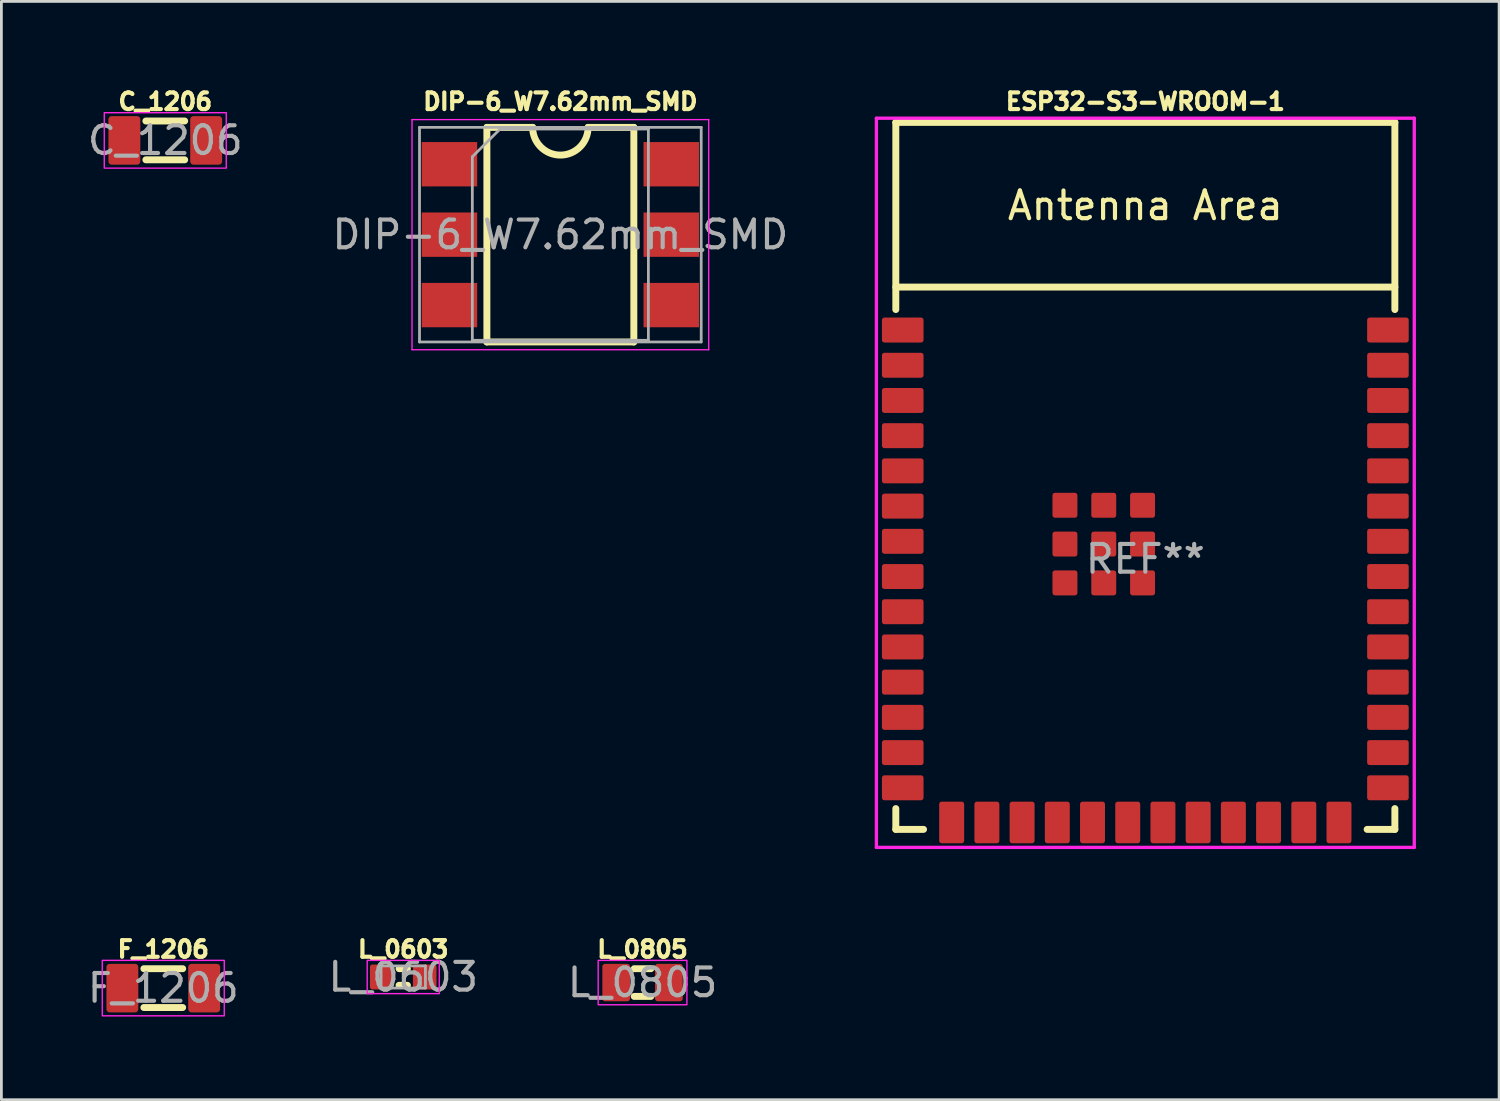
<source format=kicad_pcb>
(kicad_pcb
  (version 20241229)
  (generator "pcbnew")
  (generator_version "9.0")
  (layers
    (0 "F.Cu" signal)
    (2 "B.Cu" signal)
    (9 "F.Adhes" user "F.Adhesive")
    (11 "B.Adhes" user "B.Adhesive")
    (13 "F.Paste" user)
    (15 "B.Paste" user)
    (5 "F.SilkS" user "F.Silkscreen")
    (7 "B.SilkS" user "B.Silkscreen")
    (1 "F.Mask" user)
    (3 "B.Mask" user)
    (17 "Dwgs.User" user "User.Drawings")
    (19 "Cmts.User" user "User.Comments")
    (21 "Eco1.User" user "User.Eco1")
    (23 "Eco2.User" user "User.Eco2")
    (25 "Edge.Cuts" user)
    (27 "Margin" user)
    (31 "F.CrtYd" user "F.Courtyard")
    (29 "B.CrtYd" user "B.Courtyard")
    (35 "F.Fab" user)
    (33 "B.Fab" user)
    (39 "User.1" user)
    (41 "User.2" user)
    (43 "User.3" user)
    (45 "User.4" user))
  (footprint "L_0603"
    (layer "F.Cu")
    (at 11.494 32.188)
    (property "Reference" "L_0603" (at 0 -1 0) (unlocked yes) (layer "F.SilkS") (effects (font (size 0.6 0.6) (thickness 0.15) (bold yes))))
    (attr smd)
    (fp_line (start -0.15 -0.3) (end 0.15 -0.3) (stroke (width 0.25) (type default)) (layer "F.SilkS"))
    (fp_line (start -0.15 0.3) (end 0.15 0.3) (stroke (width 0.25) (type default)) (layer "F.SilkS"))
    (fp_rect (start -1.3 -0.6) (end 1.3 0.6) (stroke (width 0.05) (type default)) (fill no) (layer "F.CrtYd"))
    (fp_line (start -0.8 -0.4) (end 0.8 -0.4) (stroke (width 0.1) (type solid)) (layer "F.Fab"))
    (fp_line (start -0.8 0.4) (end -0.8 -0.4) (stroke (width 0.1) (type solid)) (layer "F.Fab"))
    (fp_line (start 0.8 -0.4) (end 0.8 0.4) (stroke (width 0.1) (type solid)) (layer "F.Fab"))
    (fp_line (start 0.8 0.4) (end -0.8 0.4) (stroke (width 0.1) (type solid)) (layer "F.Fab"))
    (fp_text user "${REFERENCE}" (at 0 0 0) (unlocked yes) (layer "F.Fab") (effects (font (size 1 1) (thickness 0.15))))
    (pad "1" smd roundrect (at -0.775 0) (size 0.85 0.9) (layers "F.Cu" "F.Mask" "F.Paste") (roundrect_rratio 0.1))
    (pad "2" smd roundrect (at 0.775 0) (size 0.85 0.9) (layers "F.Cu" "F.Mask" "F.Paste") (roundrect_rratio 0.1)))
  (footprint "C_1206"
    (layer "F.Cu")
    (at 2.911 2.014)
    (property "Reference" "C_1206" (at 0 -1.4 0) (unlocked yes) (layer "F.SilkS") (effects (font (size 0.6 0.6) (thickness 0.15) (bold yes))))
    (attr smd)
    (fp_line (start -0.7 -0.7) (end 0.7 -0.7) (stroke (width 0.25) (type default)) (layer "F.SilkS"))
    (fp_line (start -0.7 0.7) (end 0.7 0.7) (stroke (width 0.25) (type default)) (layer "F.SilkS"))
    (fp_rect (start -2.2 -1) (end 2.2 1) (stroke (width 0.05) (type default)) (fill no) (layer "F.CrtYd"))
    (fp_text user "${REFERENCE}" (at 0 0 0) (unlocked yes) (layer "F.Fab") (effects (font (size 1 1) (thickness 0.15))))
    (pad "1" smd roundrect (at -1.475 0) (size 1.15 1.75) (layers "F.Cu" "F.Mask" "F.Paste") (roundrect_rratio 0.1))
    (pad "2" smd roundrect (at 1.475 0) (size 1.15 1.75) (layers "F.Cu" "F.Mask" "F.Paste") (roundrect_rratio 0.1)))
  (footprint "DIP-6_W7.62mm_SMD"
    (layer "F.Cu")
    (at 17.161 5.414)
    (property "Reference" "DIP-6_W7.62mm_SMD" (at 0 -4.8 0) (unlocked yes) (layer "F.SilkS") (effects (font (size 0.6 0.6) (thickness 0.15) (bold yes))))
    (attr smd)
    (fp_line (start -2.65 -3.87) (end -2.65 3.87) (stroke (width 0.25) (type solid)) (layer "F.SilkS"))
    (fp_line (start -2.65 3.87) (end 2.65 3.87) (stroke (width 0.25) (type solid)) (layer "F.SilkS"))
    (fp_line (start -1 -3.87) (end -2.65 -3.87) (stroke (width 0.25) (type solid)) (layer "F.SilkS"))
    (fp_line (start 2.65 -3.87) (end 1 -3.87) (stroke (width 0.25) (type solid)) (layer "F.SilkS"))
    (fp_line (start 2.65 3.87) (end 2.65 -3.87) (stroke (width 0.25) (type solid)) (layer "F.SilkS"))
    (fp_arc (start 1 -3.87) (mid 0 -2.87) (end -1 -3.87) (stroke (width 0.25) (type solid)) (layer "F.SilkS"))
    (fp_line (start -5.35 -4.15) (end -5.35 4.15) (stroke (width 0.05) (type solid)) (layer "F.CrtYd"))
    (fp_line (start -5.35 4.15) (end 5.35 4.15) (stroke (width 0.05) (type solid)) (layer "F.CrtYd"))
    (fp_line (start 5.35 -4.15) (end -5.35 -4.15) (stroke (width 0.05) (type solid)) (layer "F.CrtYd"))
    (fp_line (start 5.35 4.15) (end 5.35 -4.15) (stroke (width 0.05) (type solid)) (layer "F.CrtYd"))
    (fp_line (start -5.08 -3.87) (end -5.08 3.87) (stroke (width 0.1) (type solid)) (layer "F.Fab"))
    (fp_line (start -5.08 3.87) (end 5.08 3.87) (stroke (width 0.1) (type solid)) (layer "F.Fab"))
    (fp_line (start -3.175 -2.81) (end -2.175 -3.81) (stroke (width 0.1) (type solid)) (layer "F.Fab"))
    (fp_line (start -3.175 3.81) (end -3.175 -2.81) (stroke (width 0.1) (type solid)) (layer "F.Fab"))
    (fp_line (start -2.175 -3.81) (end 3.175 -3.81) (stroke (width 0.1) (type solid)) (layer "F.Fab"))
    (fp_line (start 3.175 -3.81) (end 3.175 3.81) (stroke (width 0.1) (type solid)) (layer "F.Fab"))
    (fp_line (start 3.175 3.81) (end -3.175 3.81) (stroke (width 0.1) (type solid)) (layer "F.Fab"))
    (fp_line (start 5.08 -3.87) (end -5.08 -3.87) (stroke (width 0.1) (type solid)) (layer "F.Fab"))
    (fp_line (start 5.08 3.87) (end 5.08 -3.87) (stroke (width 0.1) (type solid)) (layer "F.Fab"))
    (fp_text user "${REFERENCE}" (at 0 0 0) (unlocked yes) (layer "F.Fab") (effects (font (size 1 1) (thickness 0.15))))
    (pad "1" smd rect (at -4 -2.54) (size 2 1.6) (layers "F.Cu" "F.Mask" "F.Paste"))
    (pad "2" smd rect (at -4 0) (size 2 1.6) (layers "F.Cu" "F.Mask" "F.Paste"))
    (pad "3" smd rect (at -4 2.54) (size 2 1.6) (layers "F.Cu" "F.Mask" "F.Paste"))
    (pad "4" smd rect (at 4 2.54) (size 2 1.6) (layers "F.Cu" "F.Mask" "F.Paste"))
    (pad "5" smd rect (at 4 0) (size 2 1.6) (layers "F.Cu" "F.Mask" "F.Paste"))
    (pad "6" smd rect (at 4 -2.54) (size 2 1.6) (layers "F.Cu" "F.Mask" "F.Paste")))
  (footprint "F_1206"
    (layer "F.Cu")
    (at 2.839 32.589)
    (property "Reference" "F_1206" (at 0 -1.4 0) (unlocked yes) (layer "F.SilkS") (effects (font (size 0.6 0.6) (thickness 0.15) (bold yes))))
    (attr smd)
    (fp_line (start -0.7 -0.7) (end 0.7 -0.7) (stroke (width 0.25) (type default)) (layer "F.SilkS"))
    (fp_line (start -0.7 0.7) (end 0.7 0.7) (stroke (width 0.25) (type default)) (layer "F.SilkS"))
    (fp_rect (start -2.2 -1) (end 2.2 1) (stroke (width 0.05) (type default)) (fill no) (layer "F.CrtYd"))
    (fp_text user "${REFERENCE}" (at 0 0 0) (unlocked yes) (layer "F.Fab") (effects (font (size 1 1) (thickness 0.15))))
    (pad "1" smd roundrect (at -1.475 0) (size 1.15 1.75) (layers "F.Cu" "F.Mask" "F.Paste") (roundrect_rratio 0.1))
    (pad "2" smd roundrect (at 1.475 0) (size 1.15 1.75) (layers "F.Cu" "F.Mask" "F.Paste") (roundrect_rratio 0.1)))
  (footprint "ESP32-S3-WROOM-1"
    (layer "F.Cu")
    (at 38.26 17.114)
    (property "Reference" "ESP32-S3-WROOM-1" (at 0 -16.5 0) (layer "F.SilkS") (effects (font (size 0.6 0.6) (thickness 0.15))))
    (attr smd)
    (fp_line (start -9 -15.75) (end -9 -9) (stroke (width 0.25) (type solid)) (layer "F.SilkS"))
    (fp_line (start -9 -15.75) (end 9 -15.75) (stroke (width 0.25) (type solid)) (layer "F.SilkS"))
    (fp_line (start -9 9) (end -9 9.75) (stroke (width 0.25) (type solid)) (layer "F.SilkS"))
    (fp_line (start -9 9.75) (end -8 9.75) (stroke (width 0.25) (type solid)) (layer "F.SilkS"))
    (fp_line (start 9 -15.75) (end 9 -9) (stroke (width 0.25) (type solid)) (layer "F.SilkS"))
    (fp_line (start 9 -9.81) (end -9 -9.81) (stroke (width 0.25) (type solid)) (layer "F.SilkS"))
    (fp_line (start 9 9) (end 9 9.75) (stroke (width 0.25) (type solid)) (layer "F.SilkS"))
    (fp_line (start 9 9.75) (end 8 9.75) (stroke (width 0.25) (type solid)) (layer "F.SilkS"))
    (fp_line (start -9 -15.75) (end 9 -15.75) (stroke (width 0.12) (type solid)) (layer "Eco2.User"))
    (fp_line (start -9 -9.81) (end 9 -9.81) (stroke (width 0.12) (type solid)) (layer "Eco2.User"))
    (fp_line (start -9 9.75) (end -9 -15.75) (stroke (width 0.12) (type solid)) (layer "Eco2.User"))
    (fp_line (start 9 -15.75) (end 9 9.75) (stroke (width 0.12) (type solid)) (layer "Eco2.User"))
    (fp_line (start 9 9.75) (end -9 9.75) (stroke (width 0.12) (type solid)) (layer "Eco2.User"))
    (fp_line (start -9.7 -15.9) (end -9.7 10.4) (stroke (width 0.12) (type solid)) (layer "F.CrtYd"))
    (fp_line (start -9.7 10.4) (end 9.7 10.4) (stroke (width 0.12) (type solid)) (layer "F.CrtYd"))
    (fp_line (start 9.7 -15.9) (end -9.7 -15.9) (stroke (width 0.12) (type solid)) (layer "F.CrtYd"))
    (fp_line (start 9.7 -15.9) (end 9.7 10.4) (stroke (width 0.12) (type solid)) (layer "F.CrtYd"))
    (fp_text user "Antenna Area" (at 0 -12.75 0) (layer "F.SilkS") (effects (font (size 1 1) (thickness 0.15))))
    (fp_text user "Antenna Area" (at 0 -12.75 0) (layer "Eco2.User") (effects (font (size 1 1) (thickness 0.15))))
    (fp_text user "REF**" (at 0 0 0) (layer "F.Fab") (effects (font (size 1 1) (thickness 0.15))))
    (pad "1" smd roundrect (at -8.75 -8.26) (size 1.5 0.9) (layers "F.Cu" "F.Mask" "F.Paste") (roundrect_rratio 0.1))
    (pad "2" smd roundrect (at -8.75 -6.99) (size 1.5 0.9) (layers "F.Cu" "F.Mask" "F.Paste") (roundrect_rratio 0.1))
    (pad "3" smd roundrect (at -8.75 -5.72) (size 1.5 0.9) (layers "F.Cu" "F.Mask" "F.Paste") (roundrect_rratio 0.1))
    (pad "4" smd roundrect (at -8.75 -4.45) (size 1.5 0.9) (layers "F.Cu" "F.Mask" "F.Paste") (roundrect_rratio 0.1))
    (pad "5" smd roundrect (at -8.75 -3.18) (size 1.5 0.9) (layers "F.Cu" "F.Mask" "F.Paste") (roundrect_rratio 0.1))
    (pad "6" smd roundrect (at -8.75 -1.91) (size 1.5 0.9) (layers "F.Cu" "F.Mask" "F.Paste") (roundrect_rratio 0.1))
    (pad "7" smd roundrect (at -8.75 -0.64) (size 1.5 0.9) (layers "F.Cu" "F.Mask" "F.Paste") (roundrect_rratio 0.1))
    (pad "8" smd roundrect (at -8.75 0.63) (size 1.5 0.9) (layers "F.Cu" "F.Mask" "F.Paste") (roundrect_rratio 0.1))
    (pad "9" smd roundrect (at -8.75 1.9) (size 1.5 0.9) (layers "F.Cu" "F.Mask" "F.Paste") (roundrect_rratio 0.1))
    (pad "10" smd roundrect (at -8.75 3.17) (size 1.5 0.9) (layers "F.Cu" "F.Mask" "F.Paste") (roundrect_rratio 0.1))
    (pad "11" smd roundrect (at -8.75 4.44) (size 1.5 0.9) (layers "F.Cu" "F.Mask" "F.Paste") (roundrect_rratio 0.1))
    (pad "12" smd roundrect (at -8.75 5.71) (size 1.5 0.9) (layers "F.Cu" "F.Mask" "F.Paste") (roundrect_rratio 0.1))
    (pad "13" smd roundrect (at -8.75 6.98) (size 1.5 0.9) (layers "F.Cu" "F.Mask" "F.Paste") (roundrect_rratio 0.1))
    (pad "14" smd roundrect (at -8.75 8.25) (size 1.5 0.9) (layers "F.Cu" "F.Mask" "F.Paste") (roundrect_rratio 0.1))
    (pad "15" smd roundrect (at -6.985 9.5 90) (size 1.5 0.9) (layers "F.Cu" "F.Mask" "F.Paste") (roundrect_rratio 0.1))
    (pad "16" smd roundrect (at -5.715 9.5 90) (size 1.5 0.9) (layers "F.Cu" "F.Mask" "F.Paste") (roundrect_rratio 0.1))
    (pad "17" smd roundrect (at -4.445 9.5 90) (size 1.5 0.9) (layers "F.Cu" "F.Mask" "F.Paste") (roundrect_rratio 0.1))
    (pad "18" smd roundrect (at -3.175 9.5 90) (size 1.5 0.9) (layers "F.Cu" "F.Mask" "F.Paste") (roundrect_rratio 0.1))
    (pad "19" smd roundrect (at -1.905 9.5 90) (size 1.5 0.9) (layers "F.Cu" "F.Mask" "F.Paste") (roundrect_rratio 0.1))
    (pad "20" smd roundrect (at -0.635 9.5 90) (size 1.5 0.9) (layers "F.Cu" "F.Mask" "F.Paste") (roundrect_rratio 0.1))
    (pad "21" smd roundrect (at 0.635 9.5 90) (size 1.5 0.9) (layers "F.Cu" "F.Mask" "F.Paste") (roundrect_rratio 0.1))
    (pad "22" smd roundrect (at 1.905 9.5 90) (size 1.5 0.9) (layers "F.Cu" "F.Mask" "F.Paste") (roundrect_rratio 0.1))
    (pad "23" smd roundrect (at 3.175 9.5 90) (size 1.5 0.9) (layers "F.Cu" "F.Mask" "F.Paste") (roundrect_rratio 0.1))
    (pad "24" smd roundrect (at 4.445 9.5 90) (size 1.5 0.9) (layers "F.Cu" "F.Mask" "F.Paste") (roundrect_rratio 0.1))
    (pad "25" smd roundrect (at 5.715 9.5 90) (size 1.5 0.9) (layers "F.Cu" "F.Mask" "F.Paste") (roundrect_rratio 0.1))
    (pad "26" smd roundrect (at 6.985 9.5 90) (size 1.5 0.9) (layers "F.Cu" "F.Mask" "F.Paste") (roundrect_rratio 0.1))
    (pad "27" smd roundrect (at 8.75 8.25 180) (size 1.5 0.9) (layers "F.Cu" "F.Mask" "F.Paste") (roundrect_rratio 0.1))
    (pad "28" smd roundrect (at 8.75 6.98 180) (size 1.5 0.9) (layers "F.Cu" "F.Mask" "F.Paste") (roundrect_rratio 0.1))
    (pad "29" smd roundrect (at 8.75 5.71 180) (size 1.5 0.9) (layers "F.Cu" "F.Mask" "F.Paste") (roundrect_rratio 0.1))
    (pad "30" smd roundrect (at 8.75 4.44 180) (size 1.5 0.9) (layers "F.Cu" "F.Mask" "F.Paste") (roundrect_rratio 0.1))
    (pad "31" smd roundrect (at 8.75 3.17 180) (size 1.5 0.9) (layers "F.Cu" "F.Mask" "F.Paste") (roundrect_rratio 0.1))
    (pad "32" smd roundrect (at 8.75 1.9 180) (size 1.5 0.9) (layers "F.Cu" "F.Mask" "F.Paste") (roundrect_rratio 0.1))
    (pad "33" smd roundrect (at 8.75 0.63 180) (size 1.5 0.9) (layers "F.Cu" "F.Mask" "F.Paste") (roundrect_rratio 0.1))
    (pad "34" smd roundrect (at 8.75 -0.64 180) (size 1.5 0.9) (layers "F.Cu" "F.Mask" "F.Paste") (roundrect_rratio 0.1))
    (pad "35" smd roundrect (at 8.75 -1.91 180) (size 1.5 0.9) (layers "F.Cu" "F.Mask" "F.Paste") (roundrect_rratio 0.1))
    (pad "36" smd roundrect (at 8.75 -3.18 180) (size 1.5 0.9) (layers "F.Cu" "F.Mask" "F.Paste") (roundrect_rratio 0.1))
    (pad "37" smd roundrect (at 8.75 -4.45 180) (size 1.5 0.9) (layers "F.Cu" "F.Mask" "F.Paste") (roundrect_rratio 0.1))
    (pad "38" smd roundrect (at 8.75 -5.72 180) (size 1.5 0.9) (layers "F.Cu" "F.Mask" "F.Paste") (roundrect_rratio 0.1))
    (pad "39" smd roundrect (at 8.75 -6.99 180) (size 1.5 0.9) (layers "F.Cu" "F.Mask" "F.Paste") (roundrect_rratio 0.1))
    (pad "40" smd roundrect (at 8.75 -8.26 180) (size 1.5 0.9) (layers "F.Cu" "F.Mask" "F.Paste") (roundrect_rratio 0.1))
    (pad "41_1" smd roundrect (at -2.9 -1.94 180) (size 0.9 0.9) (layers "F.Cu" "F.Mask" "F.Paste") (roundrect_rratio 0.1))
    (pad "41_2" smd roundrect (at -1.5 -1.94 180) (size 0.9 0.9) (layers "F.Cu" "F.Mask" "F.Paste") (roundrect_rratio 0.1))
    (pad "41_3" smd roundrect (at -0.1 -1.94 180) (size 0.9 0.9) (layers "F.Cu" "F.Mask" "F.Paste") (roundrect_rratio 0.1))
    (pad "41_4" smd roundrect (at -2.9 -0.54 180) (size 0.9 0.9) (layers "F.Cu" "F.Mask" "F.Paste") (roundrect_rratio 0.1))
    (pad "41_5" smd roundrect (at -1.5 -0.54 180) (size 0.9 0.9) (layers "F.Cu" "F.Mask" "F.Paste") (roundrect_rratio 0.1))
    (pad "41_6" smd roundrect (at -0.1 -0.54 180) (size 0.9 0.9) (layers "F.Cu" "F.Mask" "F.Paste") (roundrect_rratio 0.1))
    (pad "41_7" smd roundrect (at -2.9 0.86 180) (size 0.9 0.9) (layers "F.Cu" "F.Mask" "F.Paste") (roundrect_rratio 0.1))
    (pad "41_8" smd roundrect (at -1.5 0.86 180) (size 0.9 0.9) (layers "F.Cu" "F.Mask" "F.Paste") (roundrect_rratio 0.1))
    (pad "41_9" smd roundrect (at -0.1 0.86 180) (size 0.9 0.9) (layers "F.Cu" "F.Mask" "F.Paste") (roundrect_rratio 0.1))
    (zone (net_name "") (layers "F.Cu" "B.Cu") (hatch edge 0.5) (connect_pads) (min_thickness 0.25) (filled_areas_thickness no) (keepout (tracks not_allowed) (vias not_allowed) (pads not_allowed) (copperpour not_allowed) (footprints not_allowed)) (placement (enabled no)) (fill) (polygon (pts (xy 28.56 7.314) (xy 28.56 1.214) (xy 47.96 1.214) (xy 47.96 7.314)))))
  (footprint "L_0805"
    (layer "F.Cu")
    (at 20.125 32.389)
    (property "Reference" "L_0805" (at 0 -1.2 0) (unlocked yes) (layer "F.SilkS") (effects (font (size 0.6 0.6) (thickness 0.15) (bold yes))))
    (attr smd)
    (fp_line (start -0.3 -0.5) (end 0.3 -0.5) (stroke (width 0.25) (type default)) (layer "F.SilkS"))
    (fp_line (start -0.3 0.5) (end 0.3 0.5) (stroke (width 0.25) (type default)) (layer "F.SilkS"))
    (fp_rect (start -1.6 -0.8) (end 1.6 0.8) (stroke (width 0.05) (type default)) (fill no) (layer "F.CrtYd"))
    (fp_text user "${REFERENCE}" (at 0 0 0) (unlocked yes) (layer "F.Fab") (effects (font (size 1 1) (thickness 0.15))))
    (pad "1" smd roundrect (at -0.95 0) (size 1 1.35) (layers "F.Cu" "F.Mask" "F.Paste") (roundrect_rratio 0.1))
    (pad "2" smd roundrect (at 0.95 0) (size 1 1.35) (layers "F.Cu" "F.Mask" "F.Paste") (roundrect_rratio 0.1)))
  (gr_rect
    (start -3 -3)
    (end 51.02 36.614)
    (stroke (width 0.1) (type default))
    (fill no)
    (layer "Edge.Cuts")))
</source>
